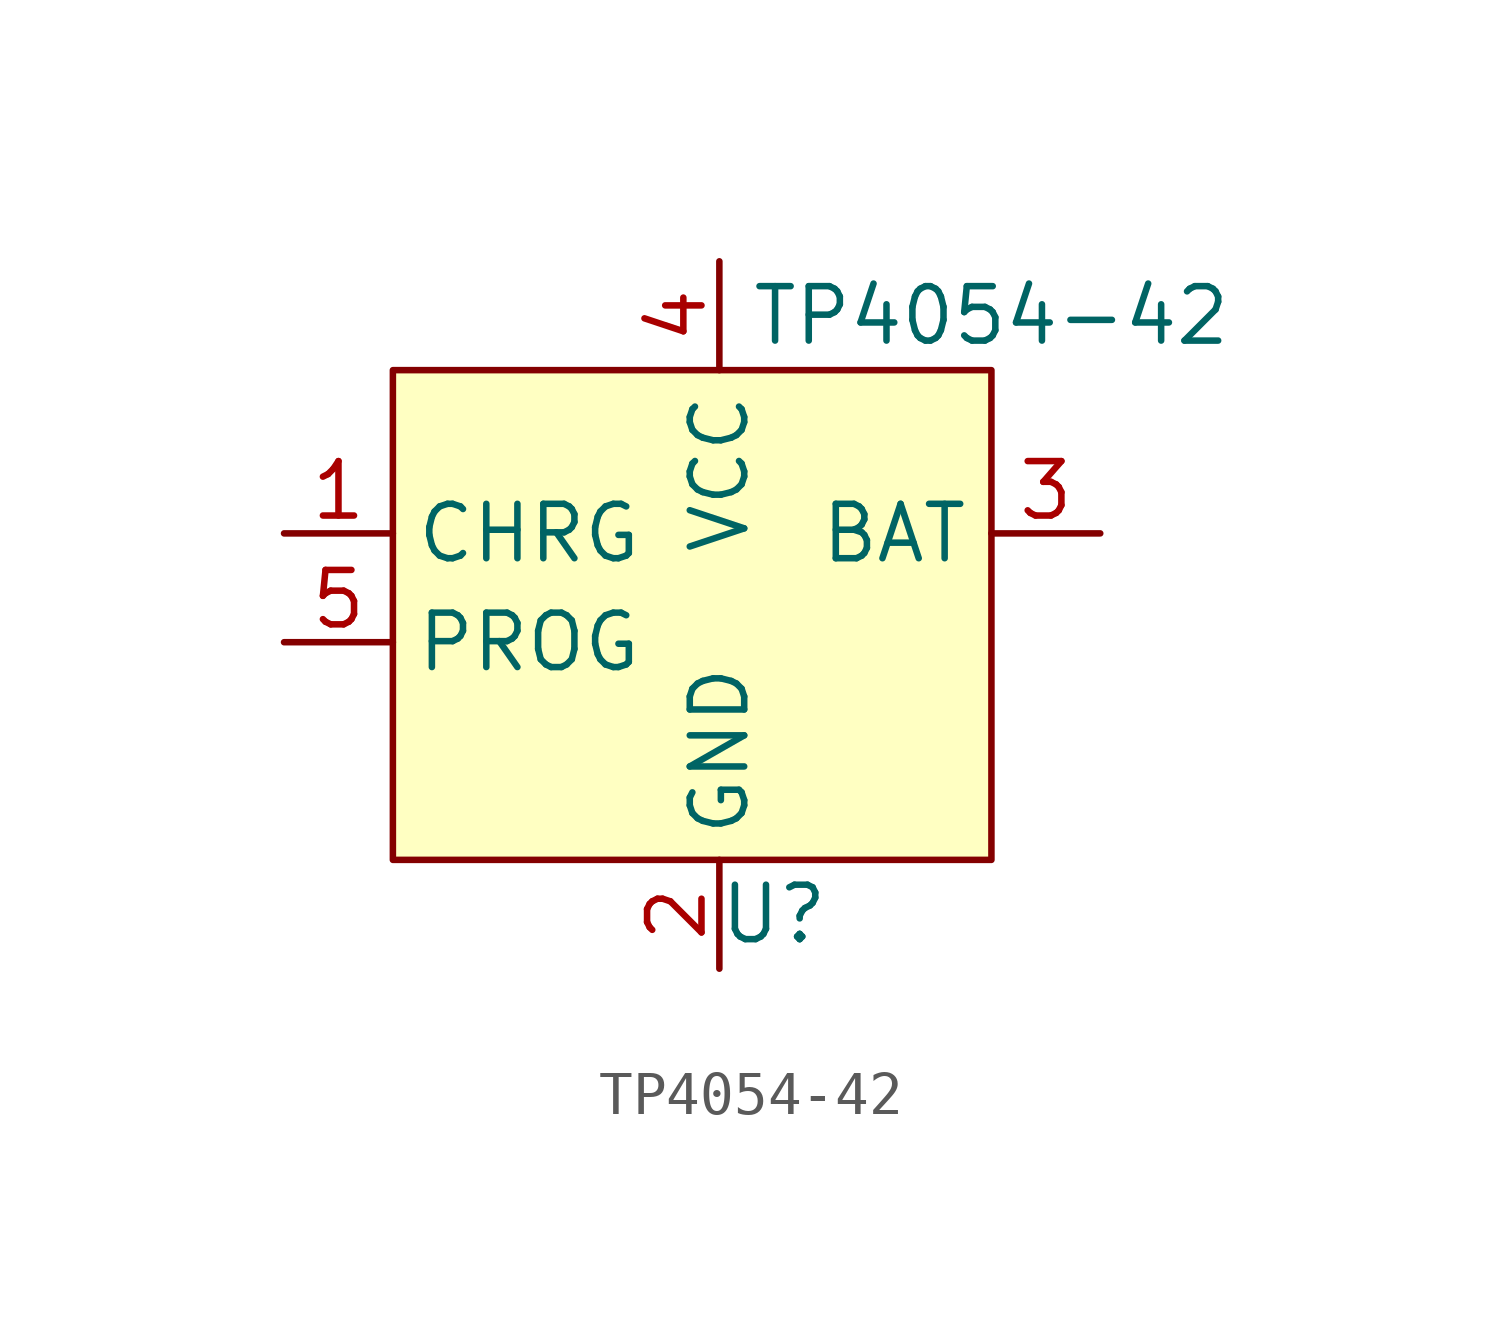
<source format=kicad_sym>
(kicad_symbol_lib
  (version 20211014)
  (generator kicad_symbol_editor)
  (symbol "TP4054-42"
    (property "Reference" "U"
      (at 2.54 1.27 0)
      (effects (font (size 1.27 1.27))))
    (property "Value" "TP4054-42"
      (at 7.62 15.24 0)
      (effects (font (size 1.27 1.27))))
    (symbol "TP4054-42_0_1"
      (rectangle (start -6.35 13.97) (end 7.62 2.54) (stroke (width 0) (type default) (color 0 0 0 0)) (fill (type background))))
    (symbol "TP4054-42_1_1"
      (pin open_collector line (at -8.89 10.16 0) (length 2.54) (name "CHRG" (effects (font (size 1.27 1.27)))) (number "1" (effects (font (size 1.27 1.27)))))
      (pin power_in line (at 1.27 0 90) (length 2.54) (name "GND" (effects (font (size 1.27 1.27)))) (number "2" (effects (font (size 1.27 1.27)))))
      (pin power_out line (at 10.16 10.16 180) (length 2.54) (name "BAT" (effects (font (size 1.27 1.27)))) (number "3" (effects (font (size 1.27 1.27)))))
      (pin power_in line (at 1.27 16.51 270) (length 2.54) (name "VCC" (effects (font (size 1.27 1.27)))) (number "4" (effects (font (size 1.27 1.27)))))
      (pin passive line (at -8.89 7.62 0) (length 2.54) (name "PROG" (effects (font (size 1.27 1.27)))) (number "5" (effects (font (size 1.27 1.27))))))))
</source>
